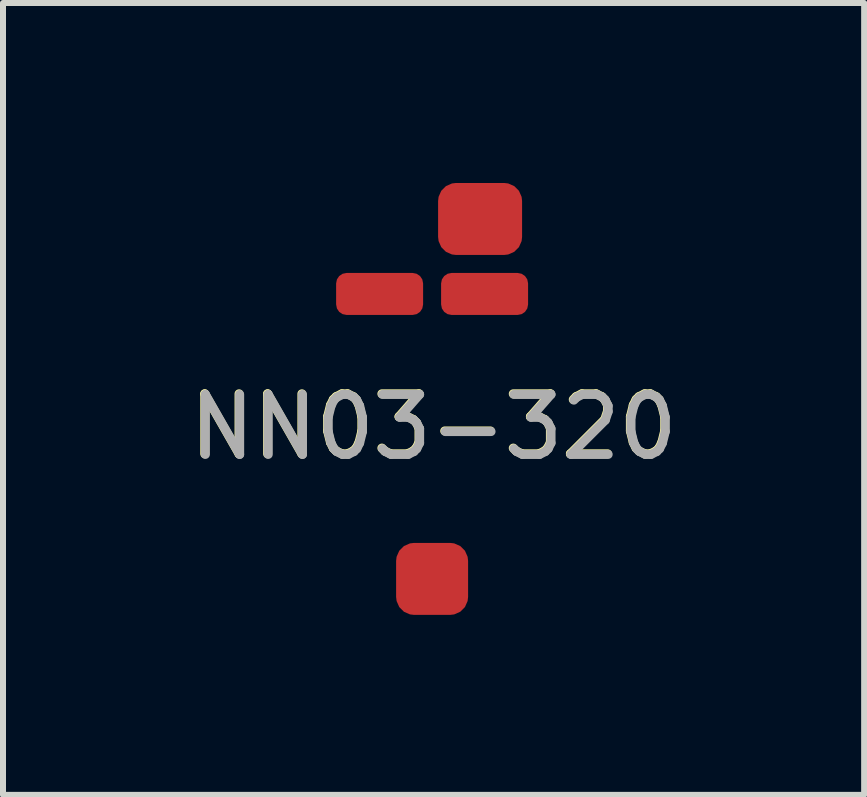
<source format=kicad_pcb>
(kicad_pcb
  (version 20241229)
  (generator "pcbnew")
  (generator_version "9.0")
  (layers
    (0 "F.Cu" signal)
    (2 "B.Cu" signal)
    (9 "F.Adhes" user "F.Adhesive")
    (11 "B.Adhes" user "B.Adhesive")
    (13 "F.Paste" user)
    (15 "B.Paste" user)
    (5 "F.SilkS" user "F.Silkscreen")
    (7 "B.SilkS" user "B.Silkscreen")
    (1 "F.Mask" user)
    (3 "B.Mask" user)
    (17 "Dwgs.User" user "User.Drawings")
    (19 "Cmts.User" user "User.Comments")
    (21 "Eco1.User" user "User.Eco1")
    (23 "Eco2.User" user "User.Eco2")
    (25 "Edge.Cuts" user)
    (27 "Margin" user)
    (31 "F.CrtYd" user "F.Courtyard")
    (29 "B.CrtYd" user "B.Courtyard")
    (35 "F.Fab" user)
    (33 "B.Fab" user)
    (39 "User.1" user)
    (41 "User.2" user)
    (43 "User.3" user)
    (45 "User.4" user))
  (footprint "NN03-320"
    (layer "F.Cu")
    (at 4.153 4.06)
    (property "Reference" "NN03-320" (at 0.02 0 0) (unlocked yes) (layer "F.SilkS") (effects (font (size 1 1) (thickness 0.15))))
    (attr smd)
    (fp_text user "${REFERENCE}" (at 0.03 0.01 0) (unlocked yes) (layer "F.Fab") (effects (font (size 1 1) (thickness 0.15))))
    (pad "1" smd roundrect (at 0 2.54) (size 1.2 1.2) (layers "F.Cu" "F.Mask" "F.Paste") (roundrect_rratio 0.25))
    (pad "2" smd roundrect (at -0.875 -2.21) (size 1.45 0.7) (layers "F.Cu" "F.Mask" "F.Paste") (roundrect_rratio 0.25))
    (pad "3" smd roundrect (at 0.875 -2.21) (size 1.45 0.7) (layers "F.Cu" "F.Mask" "F.Paste") (roundrect_rratio 0.25))
    (pad "4" smd roundrect (at 0.8 -3.46) (size 1.4 1.2) (layers "F.Cu" "F.Mask" "F.Paste") (roundrect_rratio 0.25)))
  (gr_rect
    (start -3 -3)
    (end 11.355 10.2)
    (stroke (width 0.1) (type default))
    (fill no)
    (layer "Edge.Cuts")))
</source>
